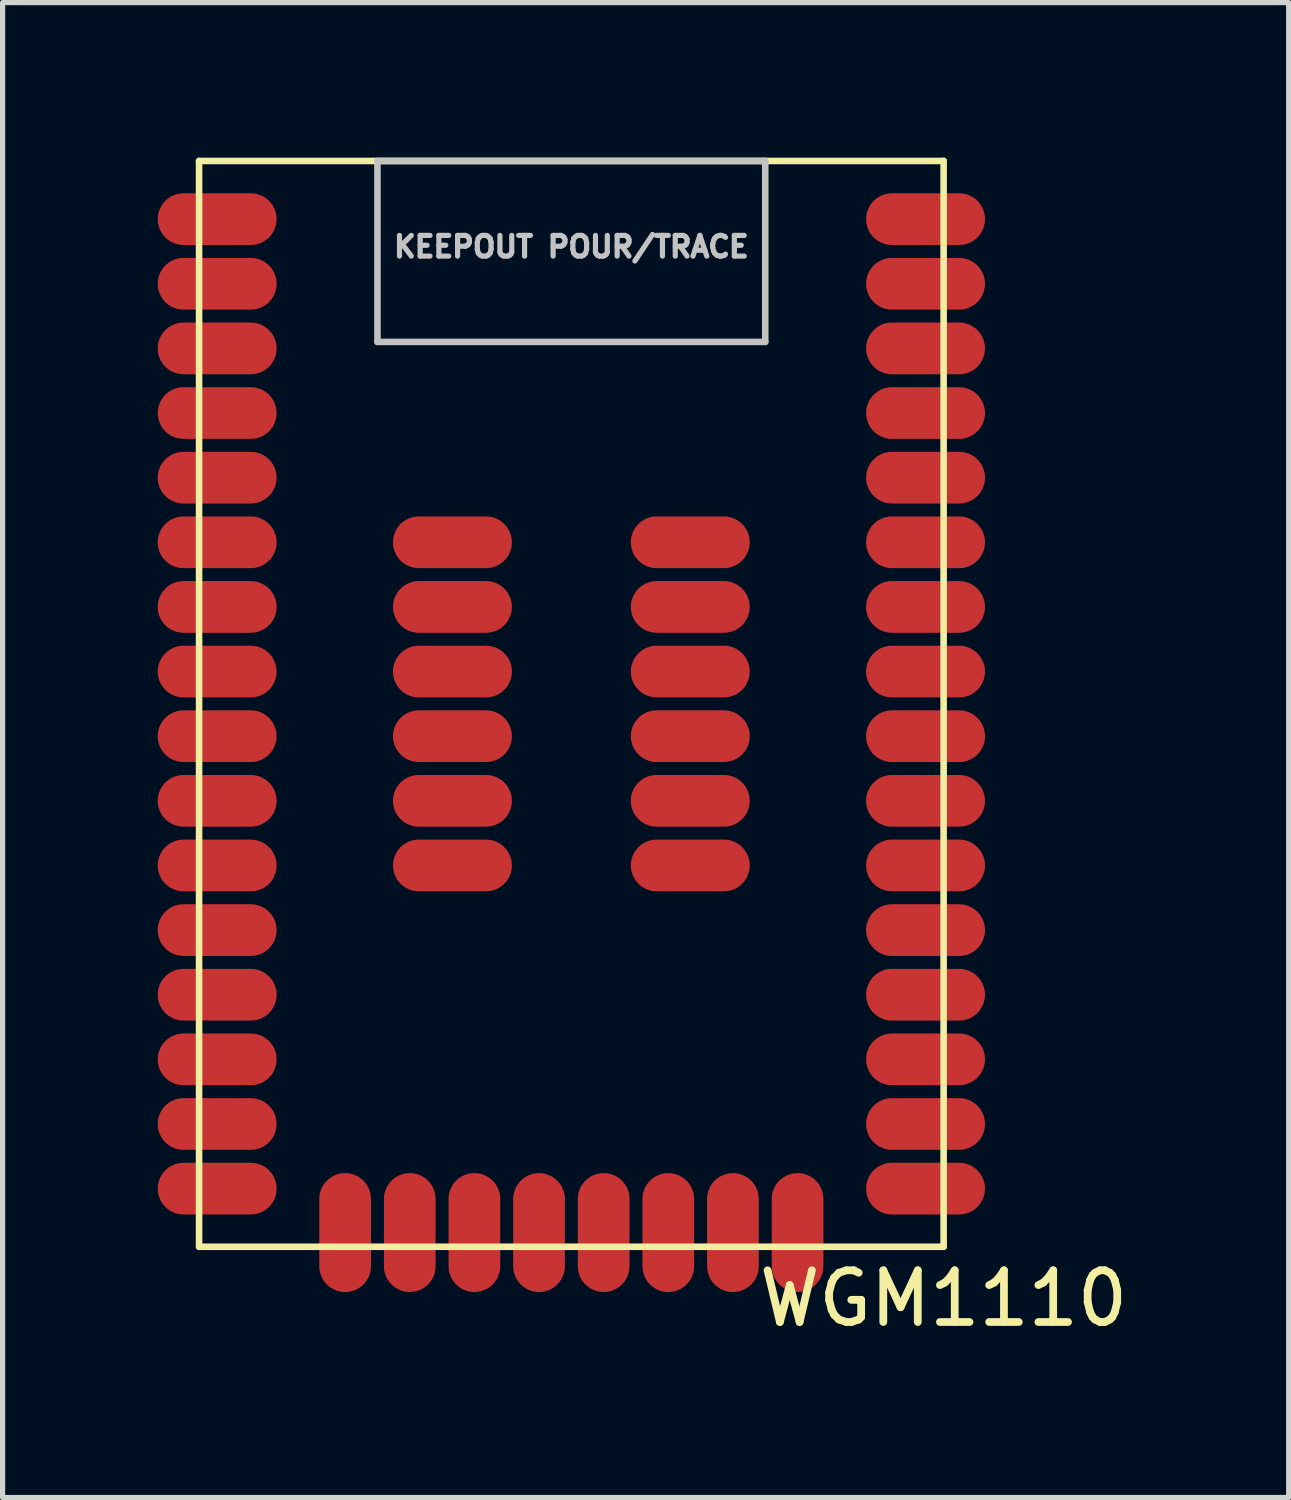
<source format=kicad_pcb>
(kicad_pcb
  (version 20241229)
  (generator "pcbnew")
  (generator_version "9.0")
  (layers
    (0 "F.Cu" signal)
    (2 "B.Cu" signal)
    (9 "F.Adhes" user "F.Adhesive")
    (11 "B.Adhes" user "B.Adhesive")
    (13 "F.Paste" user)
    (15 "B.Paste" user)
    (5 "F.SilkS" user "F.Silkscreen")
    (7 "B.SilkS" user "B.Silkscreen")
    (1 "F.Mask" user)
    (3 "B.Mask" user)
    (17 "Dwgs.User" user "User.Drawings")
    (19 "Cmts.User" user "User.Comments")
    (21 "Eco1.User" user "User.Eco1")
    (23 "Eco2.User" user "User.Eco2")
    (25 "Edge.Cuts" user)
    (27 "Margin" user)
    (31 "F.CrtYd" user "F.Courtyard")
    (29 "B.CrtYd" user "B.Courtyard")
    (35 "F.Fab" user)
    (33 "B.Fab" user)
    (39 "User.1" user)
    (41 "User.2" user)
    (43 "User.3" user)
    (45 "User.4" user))
  (footprint "WGM1110"
    (layer "F.Cu")
    (at 8 10.563)
    (property "Reference" "WGM1110" (at 7.2 11.5 0) (layer "F.SilkS") (effects (font (size 1 1) (thickness 0.15))))
    (attr through_hole)
    (fp_line (start -7.2 -10.5) (end 7.2 -10.5) (stroke (width 0.127) (type solid)) (layer "F.SilkS"))
    (fp_line (start -7.2 10.5) (end -7.2 -10.5) (stroke (width 0.127) (type solid)) (layer "F.SilkS"))
    (fp_line (start 7.2 -10.5) (end 7.2 10.5) (stroke (width 0.127) (type solid)) (layer "F.SilkS"))
    (fp_line (start 7.2 10.5) (end -7.2 10.5) (stroke (width 0.127) (type solid)) (layer "F.SilkS"))
    (fp_line (start -3.75 -10.5) (end -3.75 -7) (stroke (width 0.127) (type solid)) (layer "Dwgs.User"))
    (fp_line (start -3.75 -10.5) (end 3.75 -10.5) (stroke (width 0.127) (type solid)) (layer "Dwgs.User"))
    (fp_line (start -3.75 -7) (end 3.75 -7) (stroke (width 0.127) (type solid)) (layer "Dwgs.User"))
    (fp_line (start 3.75 -7) (end 3.75 -10.5) (stroke (width 0.127) (type solid)) (layer "Dwgs.User"))
    (fp_text user "KEEPOUT POUR/TRACE" (at 0 -8.84 0) (layer "Dwgs.User") (effects (font (size 0.4 0.4) (thickness 0.1))))
    (pad "1" smd oval (at -6.85 -9.375) (size 2.3 1) (layers "F.Cu" "F.Mask" "F.Paste"))
    (pad "2" smd oval (at -6.85 -8.125) (size 2.3 1) (layers "F.Cu" "F.Mask" "F.Paste"))
    (pad "3" smd oval (at -6.85 -6.875) (size 2.3 1) (layers "F.Cu" "F.Mask" "F.Paste"))
    (pad "4" smd oval (at -6.85 -5.625) (size 2.3 1) (layers "F.Cu" "F.Mask" "F.Paste"))
    (pad "5" smd oval (at -6.85 -4.375) (size 2.3 1) (layers "F.Cu" "F.Mask" "F.Paste"))
    (pad "6" smd oval (at -6.85 -3.125) (size 2.3 1) (layers "F.Cu" "F.Mask" "F.Paste"))
    (pad "7" smd oval (at -6.85 -1.875) (size 2.3 1) (layers "F.Cu" "F.Mask" "F.Paste"))
    (pad "8" smd oval (at -6.85 -0.625) (size 2.3 1) (layers "F.Cu" "F.Mask" "F.Paste"))
    (pad "9" smd oval (at -6.85 0.625) (size 2.3 1) (layers "F.Cu" "F.Mask" "F.Paste"))
    (pad "10" smd oval (at -6.85 1.875) (size 2.3 1) (layers "F.Cu" "F.Mask" "F.Paste"))
    (pad "11" smd oval (at -6.85 3.125) (size 2.3 1) (layers "F.Cu" "F.Mask" "F.Paste"))
    (pad "12" smd oval (at -6.85 4.375) (size 2.3 1) (layers "F.Cu" "F.Mask" "F.Paste"))
    (pad "13" smd oval (at -6.85 5.625) (size 2.3 1) (layers "F.Cu" "F.Mask" "F.Paste"))
    (pad "14" smd oval (at -6.85 6.875) (size 2.3 1) (layers "F.Cu" "F.Mask" "F.Paste"))
    (pad "15" smd oval (at -6.85 8.125) (size 2.3 1) (layers "F.Cu" "F.Mask" "F.Paste"))
    (pad "16" smd oval (at -6.85 9.375) (size 2.3 1) (layers "F.Cu" "F.Mask" "F.Paste"))
    (pad "17" smd oval (at -4.375 10.225 90) (size 2.3 1) (layers "F.Cu" "F.Mask" "F.Paste"))
    (pad "18" smd oval (at -3.125 10.225 90) (size 2.3 1) (layers "F.Cu" "F.Mask" "F.Paste"))
    (pad "19" smd oval (at -1.875 10.225 90) (size 2.3 1) (layers "F.Cu" "F.Mask" "F.Paste"))
    (pad "20" smd oval (at -0.625 10.225 90) (size 2.3 1) (layers "F.Cu" "F.Mask" "F.Paste"))
    (pad "21" smd oval (at 0.625 10.225 90) (size 2.3 1) (layers "F.Cu" "F.Mask" "F.Paste"))
    (pad "22" smd oval (at 1.875 10.225 90) (size 2.3 1) (layers "F.Cu" "F.Mask" "F.Paste"))
    (pad "23" smd oval (at 3.125 10.225 90) (size 2.3 1) (layers "F.Cu" "F.Mask" "F.Paste"))
    (pad "24" smd oval (at 4.375 10.225 90) (size 2.3 1) (layers "F.Cu" "F.Mask" "F.Paste"))
    (pad "25" smd oval (at 6.85 9.375) (size 2.3 1) (layers "F.Cu" "F.Mask" "F.Paste"))
    (pad "26" smd oval (at 6.85 8.125) (size 2.3 1) (layers "F.Cu" "F.Mask" "F.Paste"))
    (pad "27" smd oval (at 6.85 6.875) (size 2.3 1) (layers "F.Cu" "F.Mask" "F.Paste"))
    (pad "28" smd oval (at 6.85 5.625) (size 2.3 1) (layers "F.Cu" "F.Mask" "F.Paste"))
    (pad "29" smd oval (at 6.85 4.375) (size 2.3 1) (layers "F.Cu" "F.Mask" "F.Paste"))
    (pad "30" smd oval (at 6.85 3.125) (size 2.3 1) (layers "F.Cu" "F.Mask" "F.Paste"))
    (pad "31" smd oval (at 6.85 1.875) (size 2.3 1) (layers "F.Cu" "F.Mask" "F.Paste"))
    (pad "32" smd oval (at 6.85 0.625) (size 2.3 1) (layers "F.Cu" "F.Mask" "F.Paste"))
    (pad "33" smd oval (at 6.85 -0.625) (size 2.3 1) (layers "F.Cu" "F.Mask" "F.Paste"))
    (pad "34" smd oval (at 6.85 -1.875) (size 2.3 1) (layers "F.Cu" "F.Mask" "F.Paste"))
    (pad "35" smd oval (at 6.85 -3.125) (size 2.3 1) (layers "F.Cu" "F.Mask" "F.Paste"))
    (pad "36" smd oval (at 6.85 -4.375) (size 2.3 1) (layers "F.Cu" "F.Mask" "F.Paste"))
    (pad "37" smd oval (at 6.85 -5.625) (size 2.3 1) (layers "F.Cu" "F.Mask" "F.Paste"))
    (pad "38" smd oval (at 6.85 -6.875) (size 2.3 1) (layers "F.Cu" "F.Mask" "F.Paste"))
    (pad "39" smd oval (at 6.85 -8.125) (size 2.3 1) (layers "F.Cu" "F.Mask" "F.Paste"))
    (pad "40" smd oval (at 6.85 -9.375) (size 2.3 1) (layers "F.Cu" "F.Mask" "F.Paste"))
    (pad "41" smd oval (at -2.3 -3.125) (size 2.3 1) (layers "F.Cu" "F.Mask" "F.Paste"))
    (pad "42" smd oval (at 2.3 -3.125) (size 2.3 1) (layers "F.Cu" "F.Mask" "F.Paste"))
    (pad "43" smd oval (at -2.3 -1.875) (size 2.3 1) (layers "F.Cu" "F.Mask" "F.Paste"))
    (pad "44" smd oval (at 2.3 -1.875) (size 2.3 1) (layers "F.Cu" "F.Mask" "F.Paste"))
    (pad "45" smd oval (at -2.3 -0.625) (size 2.3 1) (layers "F.Cu" "F.Mask" "F.Paste"))
    (pad "46" smd oval (at 2.3 -0.625) (size 2.3 1) (layers "F.Cu" "F.Mask" "F.Paste"))
    (pad "47" smd oval (at -2.3 0.625) (size 2.3 1) (layers "F.Cu" "F.Mask" "F.Paste"))
    (pad "48" smd oval (at 2.3 0.625) (size 2.3 1) (layers "F.Cu" "F.Mask" "F.Paste"))
    (pad "49" smd oval (at -2.3 1.875) (size 2.3 1) (layers "F.Cu" "F.Mask" "F.Paste"))
    (pad "50" smd oval (at 2.3 1.875) (size 2.3 1) (layers "F.Cu" "F.Mask" "F.Paste"))
    (pad "51" smd oval (at -2.3 3.125) (size 2.3 1) (layers "F.Cu" "F.Mask" "F.Paste"))
    (pad "52" smd oval (at 2.3 3.125) (size 2.3 1) (layers "F.Cu" "F.Mask" "F.Paste")))
  (gr_rect
    (start -3 -3)
    (end 21.873 25.912)
    (stroke (width 0.1) (type default))
    (fill no)
    (layer "Edge.Cuts")))
</source>
